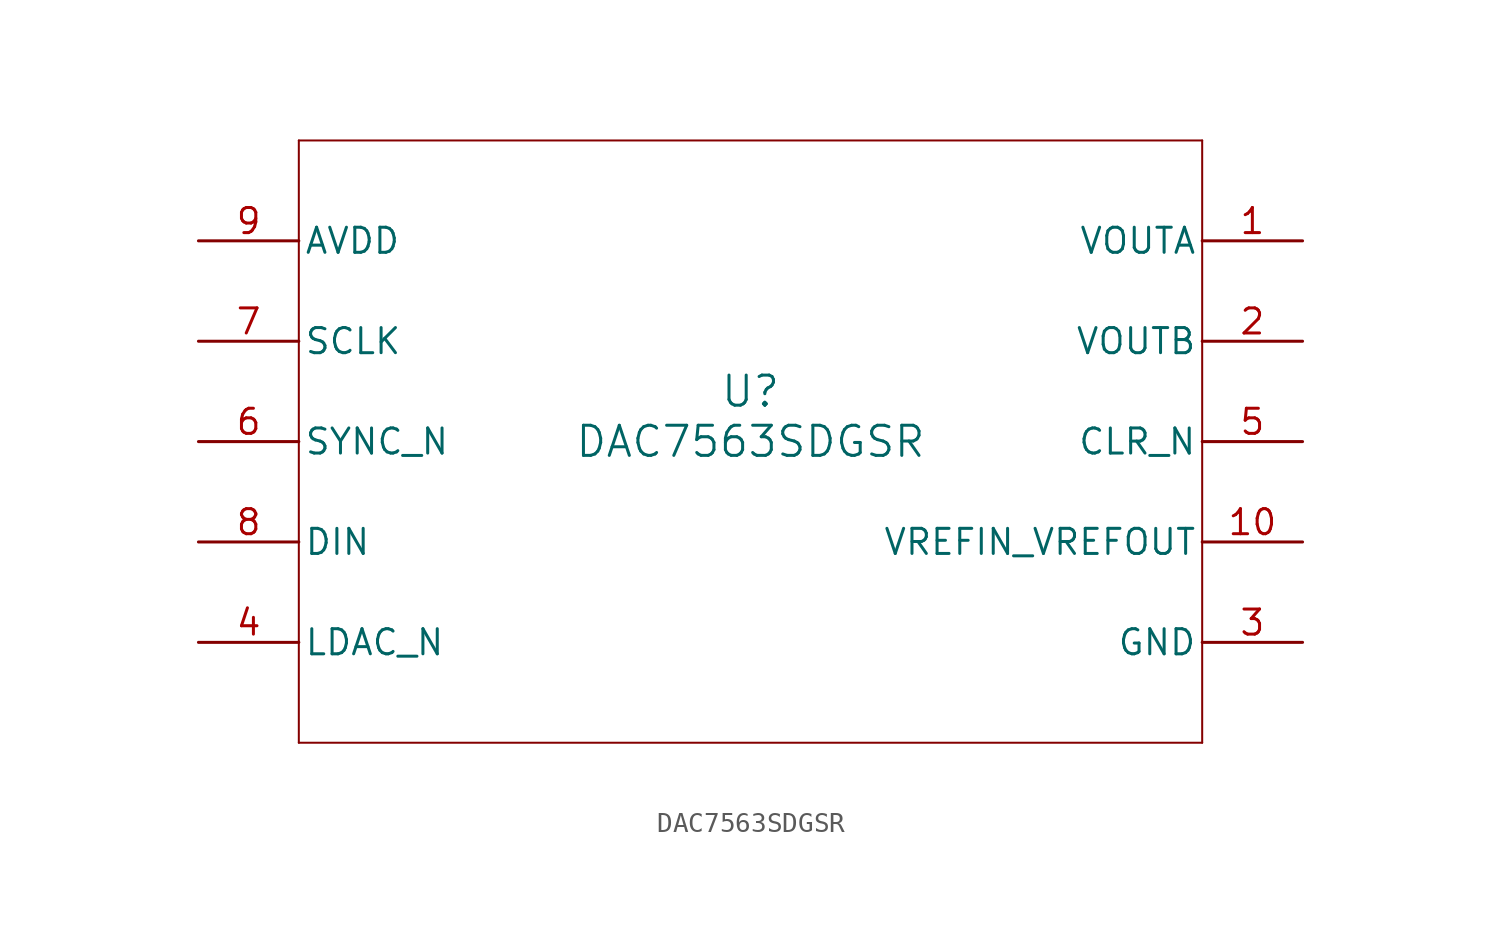
<source format=kicad_sym>
(kicad_symbol_lib
  (version 20211014)
  (generator kicad_symbol_editor)
  (symbol "DAC7563SDGSR"
    (pin_names
      (offset 0.254))
    (property "Reference" "U"
      (at 0 2.54 0)
      (effects (font (size 1.524 1.524))))
    (property "Value" "DAC7563SDGSR"
      (at 0 0 0)
      (effects (font (size 1.524 1.524))))
    (symbol "DAC7563SDGSR_0_1"
      (polyline (pts (xy -22.86 -15.24) (xy 22.86 -15.24)) (stroke (width 0.102) (type default) (color 0 0 0 0)) (fill (type none)))
      (polyline (pts (xy 22.86 -15.24) (xy 22.86 15.24)) (stroke (width 0.102) (type default) (color 0 0 0 0)) (fill (type none)))
      (polyline (pts (xy 22.86 15.24) (xy -22.86 15.24)) (stroke (width 0.102) (type default) (color 0 0 0 0)) (fill (type none)))
      (polyline (pts (xy -22.86 15.24) (xy -22.86 -15.24)) (stroke (width 0.102) (type default) (color 0 0 0 0)) (fill (type none)))
      (pin output line (at 27.94 10.16 180) (length 5.08) (name "VOUTA" (effects (font (size 1.27 1.27)))) (number "1" (effects (font (size 1.27 1.27)))))
      (pin output line (at 27.94 5.08 180) (length 5.08) (name "VOUTB" (effects (font (size 1.27 1.27)))) (number "2" (effects (font (size 1.27 1.27)))))
      (pin power_in line (at 27.94 -10.16 180) (length 5.08) (name "GND" (effects (font (size 1.27 1.27)))) (number "3" (effects (font (size 1.27 1.27)))))
      (pin input line (at -27.94 -10.16 0) (length 5.08) (name "LDAC_N" (effects (font (size 1.27 1.27)))) (number "4" (effects (font (size 1.27 1.27)))))
      (pin input line (at 27.94 0 180) (length 5.08) (name "CLR_N" (effects (font (size 1.27 1.27)))) (number "5" (effects (font (size 1.27 1.27)))))
      (pin input line (at -27.94 0 0) (length 5.08) (name "SYNC_N" (effects (font (size 1.27 1.27)))) (number "6" (effects (font (size 1.27 1.27)))))
      (pin input line (at -27.94 5.08 0) (length 5.08) (name "SCLK" (effects (font (size 1.27 1.27)))) (number "7" (effects (font (size 1.27 1.27)))))
      (pin input line (at -27.94 -5.08 0) (length 5.08) (name "DIN" (effects (font (size 1.27 1.27)))) (number "8" (effects (font (size 1.27 1.27)))))
      (pin power_in line (at -27.94 10.16 0) (length 5.08) (name "AVDD" (effects (font (size 1.27 1.27)))) (number "9" (effects (font (size 1.27 1.27)))))
      (pin bidirectional line (at 27.94 -5.08 180) (length 5.08) (name "VREFIN_VREFOUT" (effects (font (size 1.27 1.27)))) (number "10" (effects (font (size 1.27 1.27))))))))
</source>
